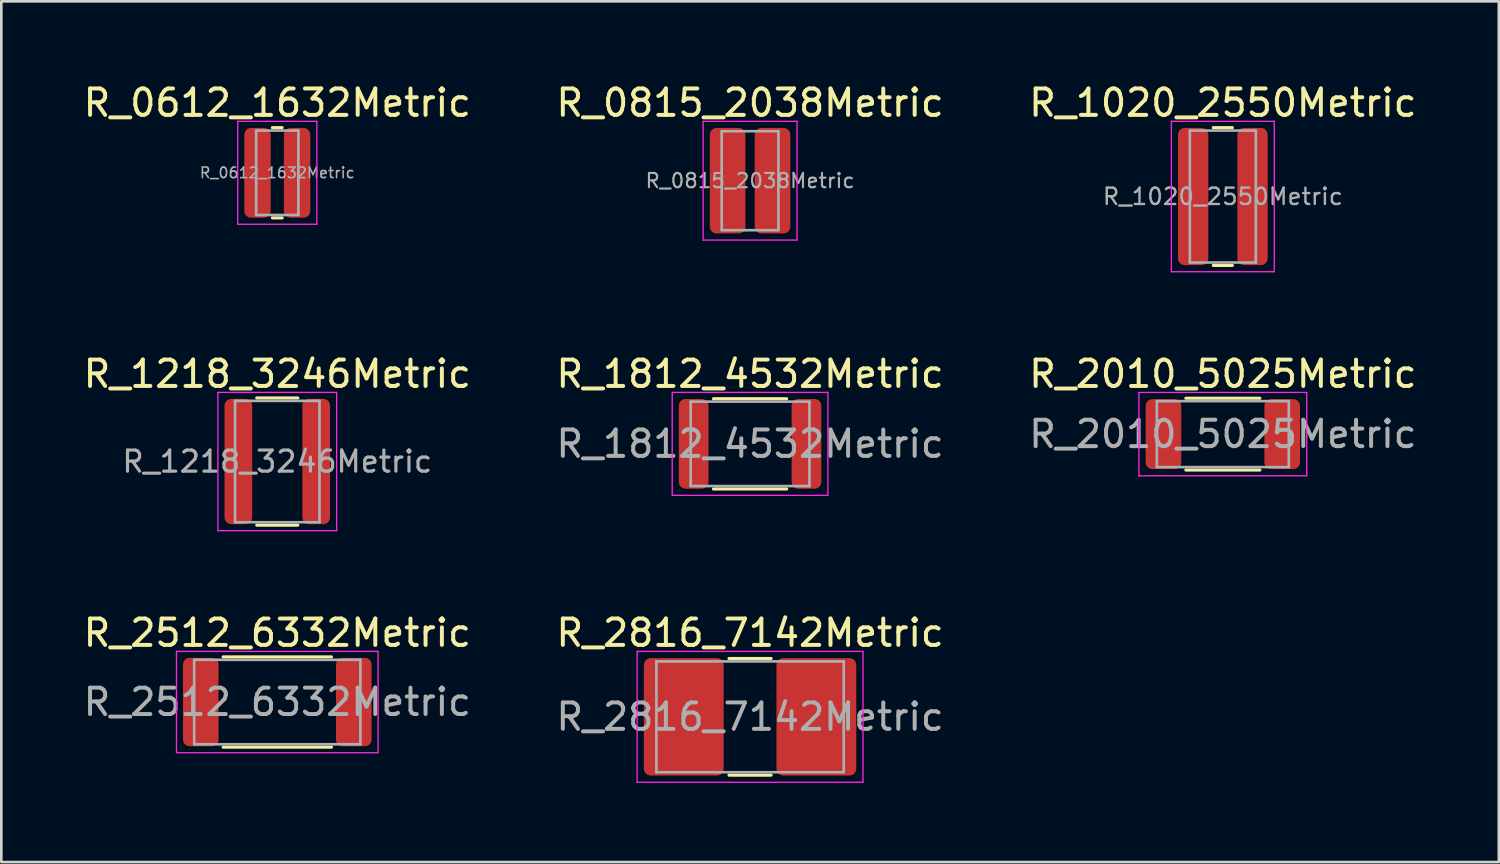
<source format=kicad_pcb>
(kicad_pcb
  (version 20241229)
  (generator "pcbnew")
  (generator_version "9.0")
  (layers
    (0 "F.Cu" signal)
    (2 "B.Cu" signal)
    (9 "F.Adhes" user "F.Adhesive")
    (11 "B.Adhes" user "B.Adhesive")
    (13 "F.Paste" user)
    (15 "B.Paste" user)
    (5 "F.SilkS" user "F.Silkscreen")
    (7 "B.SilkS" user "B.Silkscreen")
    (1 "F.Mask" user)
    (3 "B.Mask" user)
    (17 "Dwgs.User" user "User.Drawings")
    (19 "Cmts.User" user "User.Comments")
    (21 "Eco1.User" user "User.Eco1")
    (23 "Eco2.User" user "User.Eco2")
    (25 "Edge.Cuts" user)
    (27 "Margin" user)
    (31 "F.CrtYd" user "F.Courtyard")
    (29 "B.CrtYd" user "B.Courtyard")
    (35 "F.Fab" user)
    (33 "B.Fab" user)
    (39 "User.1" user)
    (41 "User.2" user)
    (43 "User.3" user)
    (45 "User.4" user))
  (footprint "R_0815_2038Metric"
    (layer "F.Cu")
    (at 25.375 3.798)
    (property "Reference" "R_0815_2038Metric" (at 0 -2.95 0) (layer "F.SilkS") (effects (font (size 1 1) (thickness 0.15))))
    (attr smd)
    (fp_line (start -1.78 -2.25) (end 1.78 -2.25) (stroke (width 0.05) (type solid)) (layer "F.CrtYd"))
    (fp_line (start -1.78 2.25) (end -1.78 -2.25) (stroke (width 0.05) (type solid)) (layer "F.CrtYd"))
    (fp_line (start 1.78 -2.25) (end 1.78 2.25) (stroke (width 0.05) (type solid)) (layer "F.CrtYd"))
    (fp_line (start 1.78 2.25) (end -1.78 2.25) (stroke (width 0.05) (type solid)) (layer "F.CrtYd"))
    (fp_line (start -1.075 -1.875) (end 1.075 -1.875) (stroke (width 0.1) (type solid)) (layer "F.Fab"))
    (fp_line (start -1.075 1.875) (end -1.075 -1.875) (stroke (width 0.1) (type solid)) (layer "F.Fab"))
    (fp_line (start 1.075 -1.875) (end 1.075 1.875) (stroke (width 0.1) (type solid)) (layer "F.Fab"))
    (fp_line (start 1.075 1.875) (end -1.075 1.875) (stroke (width 0.1) (type solid)) (layer "F.Fab"))
    (fp_text user "${REFERENCE}" (at 0 0 0) (layer "F.Fab") (effects (font (size 0.54 0.54) (thickness 0.08))))
    (pad "1" smd roundrect (at -0.85 0) (size 1.35 4) (layers "F.Cu" "F.Mask" "F.Paste") (roundrect_rratio 0.185))
    (pad "2" smd roundrect (at 0.85 0) (size 1.35 4) (layers "F.Cu" "F.Mask" "F.Paste") (roundrect_rratio 0.185)))
  (footprint "R_1812_4532Metric"
    (layer "F.Cu")
    (at 25.375 13.771)
    (property "Reference" "R_1812_4532Metric" (at 0 -2.65 0) (layer "F.SilkS") (effects (font (size 1 1) (thickness 0.15))))
    (attr smd)
    (fp_line (start -1.386 -1.71) (end 1.386 -1.71) (stroke (width 0.12) (type solid)) (layer "F.SilkS"))
    (fp_line (start -1.386 1.71) (end 1.386 1.71) (stroke (width 0.12) (type solid)) (layer "F.SilkS"))
    (fp_line (start -2.95 -1.95) (end 2.95 -1.95) (stroke (width 0.05) (type solid)) (layer "F.CrtYd"))
    (fp_line (start -2.95 1.95) (end -2.95 -1.95) (stroke (width 0.05) (type solid)) (layer "F.CrtYd"))
    (fp_line (start 2.95 -1.95) (end 2.95 1.95) (stroke (width 0.05) (type solid)) (layer "F.CrtYd"))
    (fp_line (start 2.95 1.95) (end -2.95 1.95) (stroke (width 0.05) (type solid)) (layer "F.CrtYd"))
    (fp_line (start -2.25 -1.6) (end 2.25 -1.6) (stroke (width 0.1) (type solid)) (layer "F.Fab"))
    (fp_line (start -2.25 1.6) (end -2.25 -1.6) (stroke (width 0.1) (type solid)) (layer "F.Fab"))
    (fp_line (start 2.25 -1.6) (end 2.25 1.6) (stroke (width 0.1) (type solid)) (layer "F.Fab"))
    (fp_line (start 2.25 1.6) (end -2.25 1.6) (stroke (width 0.1) (type solid)) (layer "F.Fab"))
    (fp_text user "${REFERENCE}" (at 0 0 0) (layer "F.Fab") (effects (font (size 1 1) (thickness 0.15))))
    (pad "1" smd roundrect (at -2.138 0) (size 1.125 3.4) (layers "F.Cu" "F.Mask" "F.Paste") (roundrect_rratio 0.222))
    (pad "2" smd roundrect (at 2.138 0) (size 1.125 3.4) (layers "F.Cu" "F.Mask" "F.Paste") (roundrect_rratio 0.222)))
  (footprint "R_1020_2550Metric"
    (layer "F.Cu")
    (at 43.292 4.398)
    (property "Reference" "R_1020_2550Metric" (at 0 -3.55 0) (layer "F.SilkS") (effects (font (size 1 1) (thickness 0.15))))
    (attr smd)
    (fp_line (start -0.361 -2.61) (end 0.361 -2.61) (stroke (width 0.12) (type solid)) (layer "F.SilkS"))
    (fp_line (start -0.361 2.61) (end 0.361 2.61) (stroke (width 0.12) (type solid)) (layer "F.SilkS"))
    (fp_line (start -1.95 -2.85) (end 1.95 -2.85) (stroke (width 0.05) (type solid)) (layer "F.CrtYd"))
    (fp_line (start -1.95 2.85) (end -1.95 -2.85) (stroke (width 0.05) (type solid)) (layer "F.CrtYd"))
    (fp_line (start 1.95 -2.85) (end 1.95 2.85) (stroke (width 0.05) (type solid)) (layer "F.CrtYd"))
    (fp_line (start 1.95 2.85) (end -1.95 2.85) (stroke (width 0.05) (type solid)) (layer "F.CrtYd"))
    (fp_line (start -1.25 -2.5) (end 1.25 -2.5) (stroke (width 0.1) (type solid)) (layer "F.Fab"))
    (fp_line (start -1.25 2.5) (end -1.25 -2.5) (stroke (width 0.1) (type solid)) (layer "F.Fab"))
    (fp_line (start 1.25 -2.5) (end 1.25 2.5) (stroke (width 0.1) (type solid)) (layer "F.Fab"))
    (fp_line (start 1.25 2.5) (end -1.25 2.5) (stroke (width 0.1) (type solid)) (layer "F.Fab"))
    (fp_text user "${REFERENCE}" (at 0 0 0) (layer "F.Fab") (effects (font (size 0.62 0.62) (thickness 0.09))))
    (pad "1" smd roundrect (at -1.125 0) (size 1.15 5.2) (layers "F.Cu" "F.Mask" "F.Paste") (roundrect_rratio 0.217))
    (pad "2" smd roundrect (at 1.125 0) (size 1.15 5.2) (layers "F.Cu" "F.Mask" "F.Paste") (roundrect_rratio 0.217)))
  (footprint "R_2816_7142Metric"
    (layer "F.Cu")
    (at 25.375 24.115)
    (property "Reference" "R_2816_7142Metric" (at 0 -3.18 0) (layer "F.SilkS") (effects (font (size 1 1) (thickness 0.15))))
    (attr smd)
    (fp_line (start -0.797 -2.21) (end 0.797 -2.21) (stroke (width 0.12) (type solid)) (layer "F.SilkS"))
    (fp_line (start -0.797 2.21) (end 0.797 2.21) (stroke (width 0.12) (type solid)) (layer "F.SilkS"))
    (fp_line (start -4.28 -2.48) (end 4.28 -2.48) (stroke (width 0.05) (type solid)) (layer "F.CrtYd"))
    (fp_line (start -4.28 2.48) (end -4.28 -2.48) (stroke (width 0.05) (type solid)) (layer "F.CrtYd"))
    (fp_line (start 4.28 -2.48) (end 4.28 2.48) (stroke (width 0.05) (type solid)) (layer "F.CrtYd"))
    (fp_line (start 4.28 2.48) (end -4.28 2.48) (stroke (width 0.05) (type solid)) (layer "F.CrtYd"))
    (fp_line (start -3.55 -2.1) (end 3.55 -2.1) (stroke (width 0.1) (type solid)) (layer "F.Fab"))
    (fp_line (start -3.55 2.1) (end -3.55 -2.1) (stroke (width 0.1) (type solid)) (layer "F.Fab"))
    (fp_line (start 3.55 -2.1) (end 3.55 2.1) (stroke (width 0.1) (type solid)) (layer "F.Fab"))
    (fp_line (start 3.55 2.1) (end -3.55 2.1) (stroke (width 0.1) (type solid)) (layer "F.Fab"))
    (fp_text user "${REFERENCE}" (at 0 0 0) (layer "F.Fab") (effects (font (size 1 1) (thickness 0.15))))
    (pad "1" smd roundrect (at -2.513 0) (size 3.025 4.45) (layers "F.Cu" "F.Mask" "F.Paste") (roundrect_rratio 0.083))
    (pad "2" smd roundrect (at 2.513 0) (size 3.025 4.45) (layers "F.Cu" "F.Mask" "F.Paste") (roundrect_rratio 0.083)))
  (footprint "R_2512_6332Metric"
    (layer "F.Cu")
    (at 7.458 23.555)
    (property "Reference" "R_2512_6332Metric" (at 0 -2.62 0) (layer "F.SilkS") (effects (font (size 1 1) (thickness 0.15))))
    (attr smd)
    (fp_line (start -2.052 -1.71) (end 2.052 -1.71) (stroke (width 0.12) (type solid)) (layer "F.SilkS"))
    (fp_line (start -2.052 1.71) (end 2.052 1.71) (stroke (width 0.12) (type solid)) (layer "F.SilkS"))
    (fp_line (start -3.82 -1.92) (end 3.82 -1.92) (stroke (width 0.05) (type solid)) (layer "F.CrtYd"))
    (fp_line (start -3.82 1.92) (end -3.82 -1.92) (stroke (width 0.05) (type solid)) (layer "F.CrtYd"))
    (fp_line (start 3.82 -1.92) (end 3.82 1.92) (stroke (width 0.05) (type solid)) (layer "F.CrtYd"))
    (fp_line (start 3.82 1.92) (end -3.82 1.92) (stroke (width 0.05) (type solid)) (layer "F.CrtYd"))
    (fp_line (start -3.15 -1.6) (end 3.15 -1.6) (stroke (width 0.1) (type solid)) (layer "F.Fab"))
    (fp_line (start -3.15 1.6) (end -3.15 -1.6) (stroke (width 0.1) (type solid)) (layer "F.Fab"))
    (fp_line (start 3.15 -1.6) (end 3.15 1.6) (stroke (width 0.1) (type solid)) (layer "F.Fab"))
    (fp_line (start 3.15 1.6) (end -3.15 1.6) (stroke (width 0.1) (type solid)) (layer "F.Fab"))
    (fp_text user "${REFERENCE}" (at 0 0 0) (layer "F.Fab") (effects (font (size 1 1) (thickness 0.15))))
    (pad "1" smd roundrect (at -2.9 0) (size 1.35 3.35) (layers "F.Cu" "F.Mask" "F.Paste") (roundrect_rratio 0.185))
    (pad "2" smd roundrect (at 2.9 0) (size 1.35 3.35) (layers "F.Cu" "F.Mask" "F.Paste") (roundrect_rratio 0.185)))
  (footprint "R_2010_5025Metric"
    (layer "F.Cu")
    (at 43.292 13.402)
    (property "Reference" "R_2010_5025Metric" (at 0 -2.28 0) (layer "F.SilkS") (effects (font (size 1 1) (thickness 0.15))))
    (attr smd)
    (fp_line (start -1.402 -1.36) (end 1.402 -1.36) (stroke (width 0.12) (type solid)) (layer "F.SilkS"))
    (fp_line (start -1.402 1.36) (end 1.402 1.36) (stroke (width 0.12) (type solid)) (layer "F.SilkS"))
    (fp_line (start -3.18 -1.58) (end 3.18 -1.58) (stroke (width 0.05) (type solid)) (layer "F.CrtYd"))
    (fp_line (start -3.18 1.58) (end -3.18 -1.58) (stroke (width 0.05) (type solid)) (layer "F.CrtYd"))
    (fp_line (start 3.18 -1.58) (end 3.18 1.58) (stroke (width 0.05) (type solid)) (layer "F.CrtYd"))
    (fp_line (start 3.18 1.58) (end -3.18 1.58) (stroke (width 0.05) (type solid)) (layer "F.CrtYd"))
    (fp_line (start -2.5 -1.25) (end 2.5 -1.25) (stroke (width 0.1) (type solid)) (layer "F.Fab"))
    (fp_line (start -2.5 1.25) (end -2.5 -1.25) (stroke (width 0.1) (type solid)) (layer "F.Fab"))
    (fp_line (start 2.5 -1.25) (end 2.5 1.25) (stroke (width 0.1) (type solid)) (layer "F.Fab"))
    (fp_line (start 2.5 1.25) (end -2.5 1.25) (stroke (width 0.1) (type solid)) (layer "F.Fab"))
    (fp_text user "${REFERENCE}" (at 0 0 0) (layer "F.Fab") (effects (font (size 1 1) (thickness 0.15))))
    (pad "1" smd roundrect (at -2.25 0) (size 1.35 2.65) (layers "F.Cu" "F.Mask" "F.Paste") (roundrect_rratio 0.185))
    (pad "2" smd roundrect (at 2.25 0) (size 1.35 2.65) (layers "F.Cu" "F.Mask" "F.Paste") (roundrect_rratio 0.185)))
  (footprint "R_0612_1632Metric"
    (layer "F.Cu")
    (at 7.458 3.498)
    (property "Reference" "R_0612_1632Metric" (at 0 -2.65 0) (layer "F.SilkS") (effects (font (size 1 1) (thickness 0.15))))
    (attr smd)
    (fp_line (start -0.183 -1.71) (end 0.183 -1.71) (stroke (width 0.12) (type solid)) (layer "F.SilkS"))
    (fp_line (start -0.183 1.71) (end 0.183 1.71) (stroke (width 0.12) (type solid)) (layer "F.SilkS"))
    (fp_line (start -1.5 -1.95) (end 1.5 -1.95) (stroke (width 0.05) (type solid)) (layer "F.CrtYd"))
    (fp_line (start -1.5 1.95) (end -1.5 -1.95) (stroke (width 0.05) (type solid)) (layer "F.CrtYd"))
    (fp_line (start 1.5 -1.95) (end 1.5 1.95) (stroke (width 0.05) (type solid)) (layer "F.CrtYd"))
    (fp_line (start 1.5 1.95) (end -1.5 1.95) (stroke (width 0.05) (type solid)) (layer "F.CrtYd"))
    (fp_line (start -0.8 -1.6) (end 0.8 -1.6) (stroke (width 0.1) (type solid)) (layer "F.Fab"))
    (fp_line (start -0.8 1.6) (end -0.8 -1.6) (stroke (width 0.1) (type solid)) (layer "F.Fab"))
    (fp_line (start 0.8 -1.6) (end 0.8 1.6) (stroke (width 0.1) (type solid)) (layer "F.Fab"))
    (fp_line (start 0.8 1.6) (end -0.8 1.6) (stroke (width 0.1) (type solid)) (layer "F.Fab"))
    (fp_text user "${REFERENCE}" (at 0 0 0) (layer "F.Fab") (effects (font (size 0.4 0.4) (thickness 0.06))))
    (pad "1" smd roundrect (at -0.75 0) (size 1 3.4) (layers "F.Cu" "F.Mask" "F.Paste") (roundrect_rratio 0.25))
    (pad "2" smd roundrect (at 0.75 0) (size 1 3.4) (layers "F.Cu" "F.Mask" "F.Paste") (roundrect_rratio 0.25)))
  (footprint "R_1218_3246Metric"
    (layer "F.Cu")
    (at 7.458 14.441)
    (property "Reference" "R_1218_3246Metric" (at 0 -3.32 0) (layer "F.SilkS") (effects (font (size 1 1) (thickness 0.15))))
    (attr smd)
    (fp_line (start -0.777 -2.41) (end 0.777 -2.41) (stroke (width 0.12) (type solid)) (layer "F.SilkS"))
    (fp_line (start -0.777 2.41) (end 0.777 2.41) (stroke (width 0.12) (type solid)) (layer "F.SilkS"))
    (fp_line (start -2.25 -2.62) (end 2.25 -2.62) (stroke (width 0.05) (type solid)) (layer "F.CrtYd"))
    (fp_line (start -2.25 2.62) (end -2.25 -2.62) (stroke (width 0.05) (type solid)) (layer "F.CrtYd"))
    (fp_line (start 2.25 -2.62) (end 2.25 2.62) (stroke (width 0.05) (type solid)) (layer "F.CrtYd"))
    (fp_line (start 2.25 2.62) (end -2.25 2.62) (stroke (width 0.05) (type solid)) (layer "F.CrtYd"))
    (fp_line (start -1.6 -2.3) (end 1.6 -2.3) (stroke (width 0.1) (type solid)) (layer "F.Fab"))
    (fp_line (start -1.6 2.3) (end -1.6 -2.3) (stroke (width 0.1) (type solid)) (layer "F.Fab"))
    (fp_line (start 1.6 -2.3) (end 1.6 2.3) (stroke (width 0.1) (type solid)) (layer "F.Fab"))
    (fp_line (start 1.6 2.3) (end -1.6 2.3) (stroke (width 0.1) (type solid)) (layer "F.Fab"))
    (fp_text user "${REFERENCE}" (at 0 0 0) (layer "F.Fab") (effects (font (size 0.8 0.8) (thickness 0.12))))
    (pad "1" smd roundrect (at -1.475 0) (size 1.05 4.75) (layers "F.Cu" "F.Mask" "F.Paste") (roundrect_rratio 0.238))
    (pad "2" smd roundrect (at 1.475 0) (size 1.05 4.75) (layers "F.Cu" "F.Mask" "F.Paste") (roundrect_rratio 0.238)))
  (gr_rect
    (start -3 -3)
    (end 53.75 29.62)
    (stroke (width 0.1) (type default))
    (fill no)
    (layer "Edge.Cuts")))
</source>
